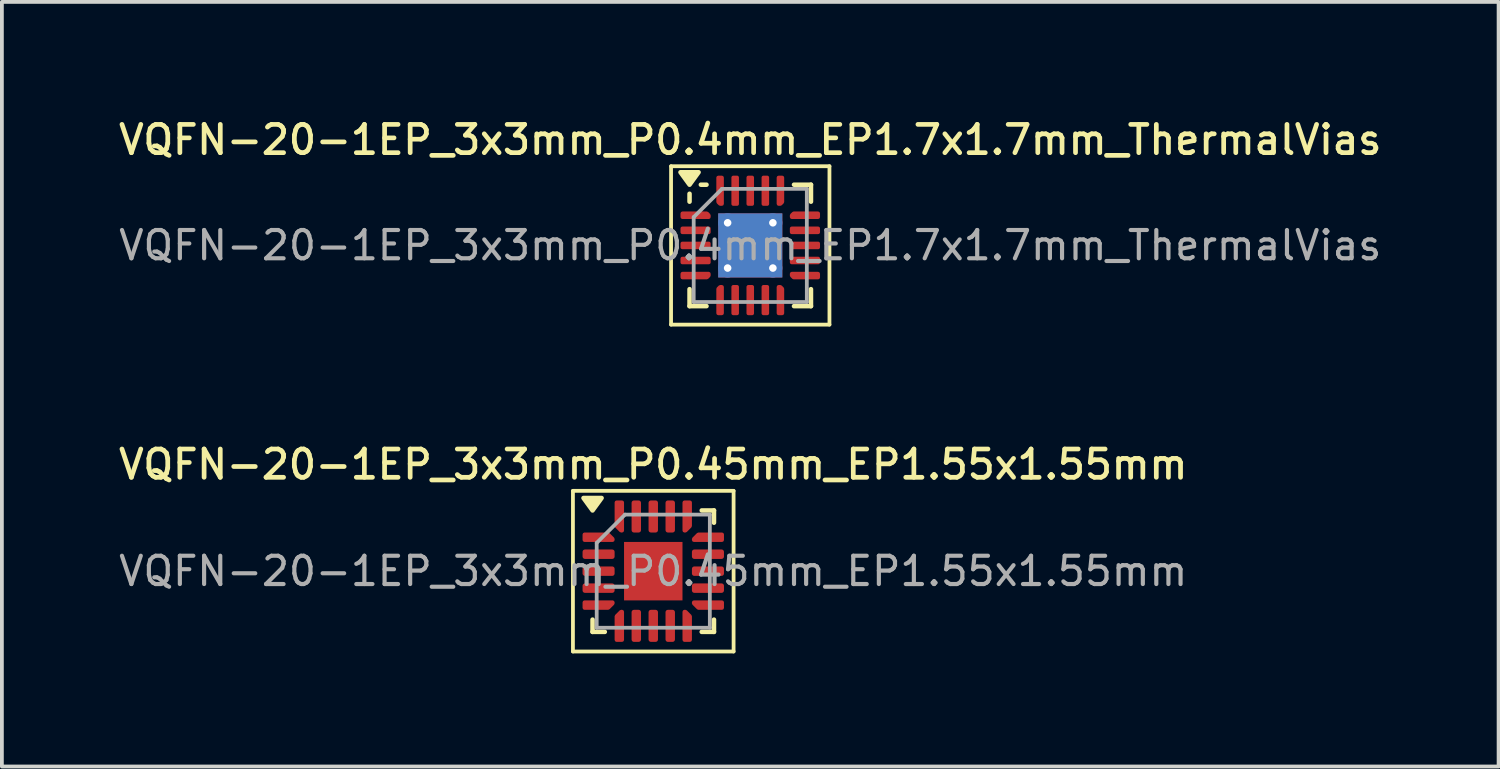
<source format=kicad_pcb>
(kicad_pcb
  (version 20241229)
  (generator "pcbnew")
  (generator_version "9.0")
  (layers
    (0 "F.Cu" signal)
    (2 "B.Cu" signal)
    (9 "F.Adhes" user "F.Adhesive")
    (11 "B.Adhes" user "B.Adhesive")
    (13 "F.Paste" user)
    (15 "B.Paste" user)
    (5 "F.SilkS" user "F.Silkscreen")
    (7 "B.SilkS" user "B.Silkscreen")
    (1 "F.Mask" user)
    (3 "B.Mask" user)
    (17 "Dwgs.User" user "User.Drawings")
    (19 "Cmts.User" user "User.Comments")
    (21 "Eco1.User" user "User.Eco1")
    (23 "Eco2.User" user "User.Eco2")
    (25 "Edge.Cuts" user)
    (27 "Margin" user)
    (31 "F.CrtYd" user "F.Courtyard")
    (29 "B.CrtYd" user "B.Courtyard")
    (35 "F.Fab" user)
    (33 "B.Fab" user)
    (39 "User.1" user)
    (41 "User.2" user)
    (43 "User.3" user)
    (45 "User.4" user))
  (footprint "VQFN-20-1EP_3x3mm_P0.45mm_EP1.55x1.55mm"
    (layer "F.Cu")
    (at 14.273 12.096)
    (property "Reference" "VQFN-20-1EP_3x3mm_P0.45mm_EP1.55x1.55mm" (at 0 -2.83 0) (layer "F.SilkS") (effects (font (size 0.75 0.75) (thickness 0.125))))
    (attr smd)
    (fp_line (start -2.13 -2.13) (end -2.13 2.13) (stroke (width 0.1) (type solid)) (layer "F.SilkS"))
    (fp_line (start -2.13 2.13) (end 2.13 2.13) (stroke (width 0.1) (type solid)) (layer "F.SilkS"))
    (fp_line (start -1.61 1.61) (end -1.61 1.285) (stroke (width 0.12) (type solid)) (layer "F.SilkS"))
    (fp_line (start -1.285 1.61) (end -1.61 1.61) (stroke (width 0.12) (type solid)) (layer "F.SilkS"))
    (fp_line (start 1.285 -1.61) (end 1.61 -1.61) (stroke (width 0.12) (type solid)) (layer "F.SilkS"))
    (fp_line (start 1.285 1.61) (end 1.61 1.61) (stroke (width 0.12) (type solid)) (layer "F.SilkS"))
    (fp_line (start 1.61 -1.61) (end 1.61 -1.285) (stroke (width 0.12) (type solid)) (layer "F.SilkS"))
    (fp_line (start 1.61 1.61) (end 1.61 1.285) (stroke (width 0.12) (type solid)) (layer "F.SilkS"))
    (fp_line (start 2.13 -2.13) (end -2.13 -2.13) (stroke (width 0.1) (type solid)) (layer "F.SilkS"))
    (fp_line (start 2.13 2.13) (end 2.13 -2.13) (stroke (width 0.1) (type solid)) (layer "F.SilkS"))
    (fp_poly (pts (xy -1.61 -1.61) (xy -1.85 -1.94) (xy -1.37 -1.94) (xy -1.61 -1.61)) (stroke (width 0.12) (type solid)) (fill yes) (layer "F.SilkS"))
    (fp_line (start -1.5 -0.75) (end -0.75 -1.5) (stroke (width 0.1) (type solid)) (layer "F.Fab"))
    (fp_line (start -1.5 1.5) (end -1.5 -0.75) (stroke (width 0.1) (type solid)) (layer "F.Fab"))
    (fp_line (start -0.75 -1.5) (end 1.5 -1.5) (stroke (width 0.1) (type solid)) (layer "F.Fab"))
    (fp_line (start 1.5 -1.5) (end 1.5 1.5) (stroke (width 0.1) (type solid)) (layer "F.Fab"))
    (fp_line (start 1.5 1.5) (end -1.5 1.5) (stroke (width 0.1) (type solid)) (layer "F.Fab"))
    (fp_text user "${REFERENCE}" (at 0 0 0) (layer "F.Fab") (effects (font (size 0.75 0.75) (thickness 0.11))))
    (pad "" smd roundrect (at -0.39 -0.39) (size 0.62 0.62) (layers "F.Paste") (roundrect_rratio 0.25))
    (pad "" smd roundrect (at -0.39 0.39) (size 0.62 0.62) (layers "F.Paste") (roundrect_rratio 0.25))
    (pad "" smd roundrect (at 0.39 -0.39) (size 0.62 0.62) (layers "F.Paste") (roundrect_rratio 0.25))
    (pad "" smd roundrect (at 0.39 0.39) (size 0.62 0.62) (layers "F.Paste") (roundrect_rratio 0.25))
    (pad "1" smd custom (at -1.45 -0.9) (size 0.144 0.144) (layers "F.Cu" "F.Mask" "F.Paste") (options (anchor circle)) (primitives (gr_poly (pts (xy -0.375 -0.075) (xy 0.254 -0.075) (xy 0.375 0.046) (xy 0.375 0.075) (xy -0.375 0.075)) (width 0.1) (fill yes))))
    (pad "2" smd roundrect (at -1.45 -0.45) (size 0.85 0.25) (layers "F.Cu" "F.Mask" "F.Paste") (roundrect_rratio 0.25))
    (pad "3" smd roundrect (at -1.45 0) (size 0.85 0.25) (layers "F.Cu" "F.Mask" "F.Paste") (roundrect_rratio 0.25))
    (pad "4" smd roundrect (at -1.45 0.45) (size 0.85 0.25) (layers "F.Cu" "F.Mask" "F.Paste") (roundrect_rratio 0.25))
    (pad "5" smd custom (at -1.45 0.9) (size 0.144 0.144) (layers "F.Cu" "F.Mask" "F.Paste") (options (anchor circle)) (primitives (gr_poly (pts (xy -0.375 -0.075) (xy 0.375 -0.075) (xy 0.375 -0.046) (xy 0.254 0.075) (xy -0.375 0.075)) (width 0.1) (fill yes))))
    (pad "6" smd custom (at -0.9 1.45) (size 0.144 0.144) (layers "F.Cu" "F.Mask" "F.Paste") (options (anchor circle)) (primitives (gr_poly (pts (xy -0.075 -0.254) (xy 0.046 -0.375) (xy 0.075 -0.375) (xy 0.075 0.375) (xy -0.075 0.375)) (width 0.1) (fill yes))))
    (pad "7" smd roundrect (at -0.45 1.45) (size 0.25 0.85) (layers "F.Cu" "F.Mask" "F.Paste") (roundrect_rratio 0.25))
    (pad "8" smd roundrect (at 0 1.45) (size 0.25 0.85) (layers "F.Cu" "F.Mask" "F.Paste") (roundrect_rratio 0.25))
    (pad "9" smd roundrect (at 0.45 1.45) (size 0.25 0.85) (layers "F.Cu" "F.Mask" "F.Paste") (roundrect_rratio 0.25))
    (pad "10" smd custom (at 0.9 1.45) (size 0.144 0.144) (layers "F.Cu" "F.Mask" "F.Paste") (options (anchor circle)) (primitives (gr_poly (pts (xy -0.075 -0.375) (xy -0.046 -0.375) (xy 0.075 -0.254) (xy 0.075 0.375) (xy -0.075 0.375)) (width 0.1) (fill yes))))
    (pad "11" smd custom (at 1.45 0.9) (size 0.144 0.144) (layers "F.Cu" "F.Mask" "F.Paste") (options (anchor circle)) (primitives (gr_poly (pts (xy -0.375 -0.075) (xy 0.375 -0.075) (xy 0.375 0.075) (xy -0.254 0.075) (xy -0.375 -0.046)) (width 0.1) (fill yes))))
    (pad "12" smd roundrect (at 1.45 0.45) (size 0.85 0.25) (layers "F.Cu" "F.Mask" "F.Paste") (roundrect_rratio 0.25))
    (pad "13" smd roundrect (at 1.45 0) (size 0.85 0.25) (layers "F.Cu" "F.Mask" "F.Paste") (roundrect_rratio 0.25))
    (pad "14" smd roundrect (at 1.45 -0.45) (size 0.85 0.25) (layers "F.Cu" "F.Mask" "F.Paste") (roundrect_rratio 0.25))
    (pad "15" smd custom (at 1.45 -0.9) (size 0.144 0.144) (layers "F.Cu" "F.Mask" "F.Paste") (options (anchor circle)) (primitives (gr_poly (pts (xy -0.375 0.046) (xy -0.254 -0.075) (xy 0.375 -0.075) (xy 0.375 0.075) (xy -0.375 0.075)) (width 0.1) (fill yes))))
    (pad "16" smd custom (at 0.9 -1.45) (size 0.144 0.144) (layers "F.Cu" "F.Mask" "F.Paste") (options (anchor circle)) (primitives (gr_poly (pts (xy -0.075 -0.375) (xy 0.075 -0.375) (xy 0.075 0.254) (xy -0.046 0.375) (xy -0.075 0.375)) (width 0.1) (fill yes))))
    (pad "17" smd roundrect (at 0.45 -1.45) (size 0.25 0.85) (layers "F.Cu" "F.Mask" "F.Paste") (roundrect_rratio 0.25))
    (pad "18" smd roundrect (at 0 -1.45) (size 0.25 0.85) (layers "F.Cu" "F.Mask" "F.Paste") (roundrect_rratio 0.25))
    (pad "19" smd roundrect (at -0.45 -1.45) (size 0.25 0.85) (layers "F.Cu" "F.Mask" "F.Paste") (roundrect_rratio 0.25))
    (pad "20" smd custom (at -0.9 -1.45) (size 0.144 0.144) (layers "F.Cu" "F.Mask" "F.Paste") (options (anchor circle)) (primitives (gr_poly (pts (xy -0.075 -0.375) (xy 0.075 -0.375) (xy 0.075 0.375) (xy 0.046 0.375) (xy -0.075 0.254)) (width 0.1) (fill yes))))
    (pad "21" smd rect (at 0 0) (size 1.55 1.55) (property pad_prop_heatsink) (layers "F.Cu" "F.Mask")))
  (footprint "VQFN-20-1EP_3x3mm_P0.4mm_EP1.7x1.7mm_ThermalVias"
    (layer "F.Cu")
    (at 16.845 3.458)
    (property "Reference" "VQFN-20-1EP_3x3mm_P0.4mm_EP1.7x1.7mm_ThermalVias" (at 0 -2.8 0) (layer "F.SilkS") (effects (font (size 0.75 0.75) (thickness 0.125))))
    (attr smd)
    (fp_line (start -2.1 -2.1) (end -2.1 2.1) (stroke (width 0.1) (type solid)) (layer "F.SilkS"))
    (fp_line (start -2.1 2.1) (end 2.1 2.1) (stroke (width 0.1) (type solid)) (layer "F.SilkS"))
    (fp_line (start -1.61 -1.16) (end -1.61 -1.37) (stroke (width 0.12) (type solid)) (layer "F.SilkS"))
    (fp_line (start -1.61 1.61) (end -1.61 1.16) (stroke (width 0.12) (type solid)) (layer "F.SilkS"))
    (fp_line (start -1.16 -1.61) (end -1.31 -1.61) (stroke (width 0.12) (type solid)) (layer "F.SilkS"))
    (fp_line (start -1.16 1.61) (end -1.61 1.61) (stroke (width 0.12) (type solid)) (layer "F.SilkS"))
    (fp_line (start 1.16 -1.61) (end 1.61 -1.61) (stroke (width 0.12) (type solid)) (layer "F.SilkS"))
    (fp_line (start 1.16 1.61) (end 1.61 1.61) (stroke (width 0.12) (type solid)) (layer "F.SilkS"))
    (fp_line (start 1.61 -1.61) (end 1.61 -1.16) (stroke (width 0.12) (type solid)) (layer "F.SilkS"))
    (fp_line (start 1.61 1.61) (end 1.61 1.16) (stroke (width 0.12) (type solid)) (layer "F.SilkS"))
    (fp_line (start 2.1 -2.1) (end -2.1 -2.1) (stroke (width 0.1) (type solid)) (layer "F.SilkS"))
    (fp_line (start 2.1 2.1) (end 2.1 -2.1) (stroke (width 0.1) (type solid)) (layer "F.SilkS"))
    (fp_poly (pts (xy -1.61 -1.61) (xy -1.85 -1.94) (xy -1.37 -1.94) (xy -1.61 -1.61)) (stroke (width 0.12) (type solid)) (fill yes) (layer "F.SilkS"))
    (fp_line (start -1.5 -0.75) (end -0.75 -1.5) (stroke (width 0.1) (type solid)) (layer "F.Fab"))
    (fp_line (start -1.5 1.5) (end -1.5 -0.75) (stroke (width 0.1) (type solid)) (layer "F.Fab"))
    (fp_line (start -0.75 -1.5) (end 1.5 -1.5) (stroke (width 0.1) (type solid)) (layer "F.Fab"))
    (fp_line (start 1.5 -1.5) (end 1.5 1.5) (stroke (width 0.1) (type solid)) (layer "F.Fab"))
    (fp_line (start 1.5 1.5) (end -1.5 1.5) (stroke (width 0.1) (type solid)) (layer "F.Fab"))
    (fp_text user "${REFERENCE}" (at 0 0 0) (layer "F.Fab") (effects (font (size 0.75 0.75) (thickness 0.11))))
    (pad "" smd roundrect (at -0.425 -0.425) (size 0.74 0.74) (layers "F.Paste") (roundrect_rratio 0.25))
    (pad "" smd roundrect (at -0.425 0.425) (size 0.74 0.74) (layers "F.Paste") (roundrect_rratio 0.25))
    (pad "" smd roundrect (at 0.425 -0.425) (size 0.74 0.74) (layers "F.Paste") (roundrect_rratio 0.25))
    (pad "" smd roundrect (at 0.425 0.425) (size 0.74 0.74) (layers "F.Paste") (roundrect_rratio 0.25))
    (pad "1" smd custom (at -1.45 -0.8) (size 0.143 0.143) (layers "F.Cu" "F.Mask" "F.Paste") (options (anchor circle)) (primitives (gr_poly (pts (xy -0.35 -0.05) (xy 0.299 -0.05) (xy 0.35 0.001) (xy 0.35 0.05) (xy -0.35 0.05)) (width 0.1) (fill yes))))
    (pad "2" smd roundrect (at -1.45 -0.4) (size 0.8 0.2) (layers "F.Cu" "F.Mask" "F.Paste") (roundrect_rratio 0.25))
    (pad "3" smd roundrect (at -1.45 0) (size 0.8 0.2) (layers "F.Cu" "F.Mask" "F.Paste") (roundrect_rratio 0.25))
    (pad "4" smd roundrect (at -1.45 0.4) (size 0.8 0.2) (layers "F.Cu" "F.Mask" "F.Paste") (roundrect_rratio 0.25))
    (pad "5" smd custom (at -1.45 0.8) (size 0.143 0.143) (layers "F.Cu" "F.Mask" "F.Paste") (options (anchor circle)) (primitives (gr_poly (pts (xy -0.35 -0.05) (xy 0.35 -0.05) (xy 0.35 -0.001) (xy 0.299 0.05) (xy -0.35 0.05)) (width 0.1) (fill yes))))
    (pad "6" smd custom (at -0.8 1.45) (size 0.143 0.143) (layers "F.Cu" "F.Mask" "F.Paste") (options (anchor circle)) (primitives (gr_poly (pts (xy -0.05 -0.299) (xy 0.001 -0.35) (xy 0.05 -0.35) (xy 0.05 0.35) (xy -0.05 0.35)) (width 0.1) (fill yes))))
    (pad "7" smd roundrect (at -0.4 1.45) (size 0.2 0.8) (layers "F.Cu" "F.Mask" "F.Paste") (roundrect_rratio 0.25))
    (pad "8" smd roundrect (at 0 1.45) (size 0.2 0.8) (layers "F.Cu" "F.Mask" "F.Paste") (roundrect_rratio 0.25))
    (pad "9" smd roundrect (at 0.4 1.45) (size 0.2 0.8) (layers "F.Cu" "F.Mask" "F.Paste") (roundrect_rratio 0.25))
    (pad "10" smd custom (at 0.8 1.45) (size 0.143 0.143) (layers "F.Cu" "F.Mask" "F.Paste") (options (anchor circle)) (primitives (gr_poly (pts (xy -0.05 -0.35) (xy -0.001 -0.35) (xy 0.05 -0.299) (xy 0.05 0.35) (xy -0.05 0.35)) (width 0.1) (fill yes))))
    (pad "11" smd custom (at 1.45 0.8) (size 0.143 0.143) (layers "F.Cu" "F.Mask" "F.Paste") (options (anchor circle)) (primitives (gr_poly (pts (xy -0.35 -0.05) (xy 0.35 -0.05) (xy 0.35 0.05) (xy -0.299 0.05) (xy -0.35 -0.001)) (width 0.1) (fill yes))))
    (pad "12" smd roundrect (at 1.45 0.4) (size 0.8 0.2) (layers "F.Cu" "F.Mask" "F.Paste") (roundrect_rratio 0.25))
    (pad "13" smd roundrect (at 1.45 0) (size 0.8 0.2) (layers "F.Cu" "F.Mask" "F.Paste") (roundrect_rratio 0.25))
    (pad "14" smd roundrect (at 1.45 -0.4) (size 0.8 0.2) (layers "F.Cu" "F.Mask" "F.Paste") (roundrect_rratio 0.25))
    (pad "15" smd custom (at 1.45 -0.8) (size 0.143 0.143) (layers "F.Cu" "F.Mask" "F.Paste") (options (anchor circle)) (primitives (gr_poly (pts (xy -0.35 0.001) (xy -0.299 -0.05) (xy 0.35 -0.05) (xy 0.35 0.05) (xy -0.35 0.05)) (width 0.1) (fill yes))))
    (pad "16" smd custom (at 0.8 -1.45) (size 0.143 0.143) (layers "F.Cu" "F.Mask" "F.Paste") (options (anchor circle)) (primitives (gr_poly (pts (xy -0.05 -0.35) (xy 0.05 -0.35) (xy 0.05 0.299) (xy -0.001 0.35) (xy -0.05 0.35)) (width 0.1) (fill yes))))
    (pad "17" smd roundrect (at 0.4 -1.45) (size 0.2 0.8) (layers "F.Cu" "F.Mask" "F.Paste") (roundrect_rratio 0.25))
    (pad "18" smd roundrect (at 0 -1.45) (size 0.2 0.8) (layers "F.Cu" "F.Mask" "F.Paste") (roundrect_rratio 0.25))
    (pad "19" smd roundrect (at -0.4 -1.45) (size 0.2 0.8) (layers "F.Cu" "F.Mask" "F.Paste") (roundrect_rratio 0.25))
    (pad "20" smd custom (at -0.8 -1.45) (size 0.143 0.143) (layers "F.Cu" "F.Mask" "F.Paste") (options (anchor circle)) (primitives (gr_poly (pts (xy -0.05 -0.35) (xy 0.05 -0.35) (xy 0.05 0.35) (xy 0.001 0.35) (xy -0.05 0.299)) (width 0.1) (fill yes))))
    (pad "21" thru_hole circle (at -0.6 -0.6) (size 0.5 0.5) (drill 0.2) (property pad_prop_heatsink) (layers "*.Cu"))
    (pad "21" thru_hole circle (at -0.6 0.6) (size 0.5 0.5) (drill 0.2) (property pad_prop_heatsink) (layers "*.Cu"))
    (pad "21" smd rect (at 0 0) (size 1.7 1.7) (property pad_prop_heatsink) (layers "F.Cu" "F.Mask"))
    (pad "21" smd rect (at 0 0) (size 1.7 1.7) (property pad_prop_heatsink) (layers "B.Cu"))
    (pad "21" thru_hole circle (at 0.6 -0.6) (size 0.5 0.5) (drill 0.2) (property pad_prop_heatsink) (layers "*.Cu"))
    (pad "21" thru_hole circle (at 0.6 0.6) (size 0.5 0.5) (drill 0.2) (property pad_prop_heatsink) (layers "*.Cu")))
  (gr_rect
    (start -3 -3)
    (end 36.689 17.276)
    (stroke (width 0.1) (type default))
    (fill no)
    (layer "Edge.Cuts")))
</source>
